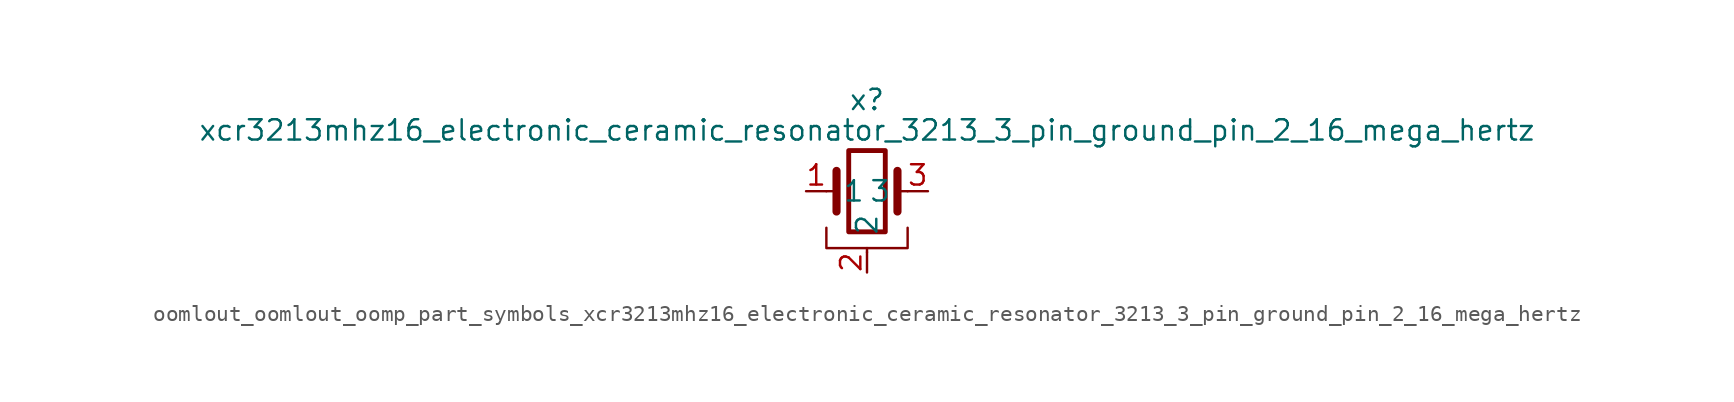
<source format=kicad_sym>
(kicad_symbol_lib
  (version 20220914)
  (generator kicad_symbol_editor)
  (symbol "oomlout_oomlout_oomp_part_symbols_xcr3213mhz16_electronic_ceramic_resonator_3213_3_pin_ground_pin_2_16_mega_hertz"
    (pin_names
      (offset 1.016))
    (property "Reference" "x"
      (at 0 5.715 0)
      (effects (font (size 1.27 1.27))))
    (property "Value" "xcr3213mhz16_electronic_ceramic_resonator_3213_3_pin_ground_pin_2_16_mega_hertz"
      (at 0 3.81 0)
      (effects (font (size 1.27 1.27))))
    (symbol "oomlout_oomlout_oomp_part_symbols_xcr3213mhz16_electronic_ceramic_resonator_3213_3_pin_ground_pin_2_16_mega_hertz_0_1"
      (rectangle (start -1.143 2.54) (end 1.143 -2.54) (stroke (width 0.305) (type default)) (fill (type none)))
      (polyline (pts (xy -2.54 0) (xy -1.905 0)) (stroke (width 0) (type default)) (fill (type none)))
      (polyline (pts (xy -1.905 -1.27) (xy -1.905 1.27)) (stroke (width 0.508) (type default)) (fill (type none)))
      (polyline (pts (xy 0 -3.81) (xy 0 -3.556)) (stroke (width 0) (type default)) (fill (type none)))
      (polyline (pts (xy 1.905 0) (xy 2.54 0)) (stroke (width 0) (type default)) (fill (type none)))
      (polyline (pts (xy 1.905 1.27) (xy 1.905 -1.27)) (stroke (width 0.508) (type default)) (fill (type none)))
      (polyline (pts (xy -2.54 -2.286) (xy -2.54 -3.556) (xy 2.54 -3.556) (xy 2.54 -2.286)) (stroke (width 0) (type default)) (fill (type none))))
    (symbol "oomlout_oomlout_oomp_part_symbols_xcr3213mhz16_electronic_ceramic_resonator_3213_3_pin_ground_pin_2_16_mega_hertz_1_1"
      (pin passive line (at -3.81 0 0) (length 1.27) (name "1" (effects (font (size 1.27 1.27)))) (number "1" (effects (font (size 1.27 1.27)))))
      (pin passive line (at 0 -5.08 90) (length 1.27) (name "2" (effects (font (size 1.27 1.27)))) (number "2" (effects (font (size 1.27 1.27)))))
      (pin passive line (at 3.81 0 180) (length 1.27) (name "3" (effects (font (size 1.27 1.27)))) (number "3" (effects (font (size 1.27 1.27))))))))
</source>
